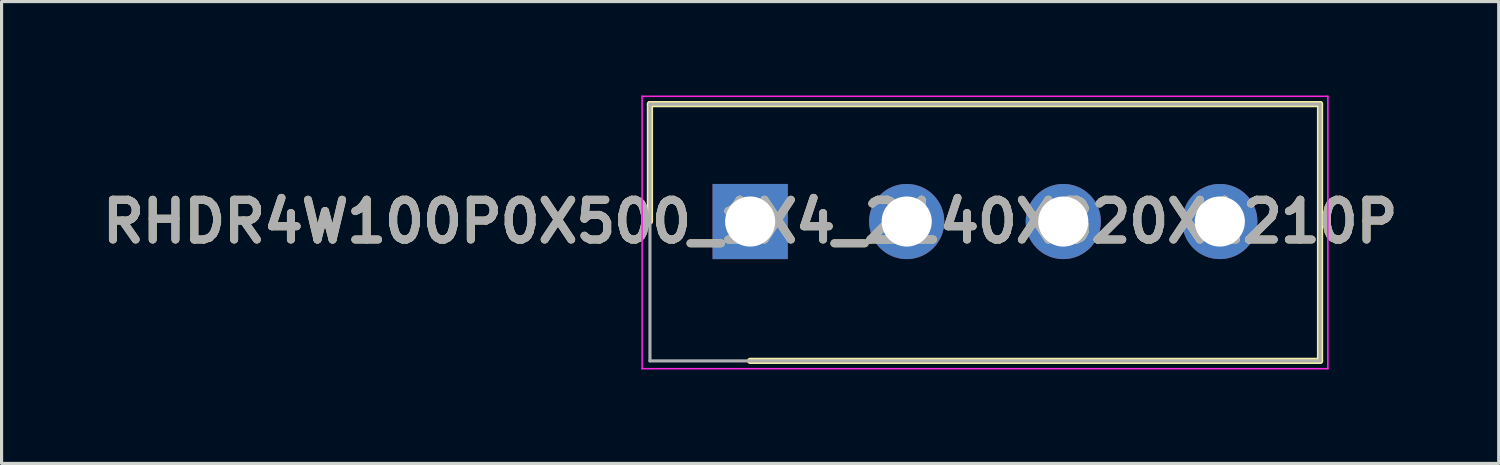
<source format=kicad_pcb>
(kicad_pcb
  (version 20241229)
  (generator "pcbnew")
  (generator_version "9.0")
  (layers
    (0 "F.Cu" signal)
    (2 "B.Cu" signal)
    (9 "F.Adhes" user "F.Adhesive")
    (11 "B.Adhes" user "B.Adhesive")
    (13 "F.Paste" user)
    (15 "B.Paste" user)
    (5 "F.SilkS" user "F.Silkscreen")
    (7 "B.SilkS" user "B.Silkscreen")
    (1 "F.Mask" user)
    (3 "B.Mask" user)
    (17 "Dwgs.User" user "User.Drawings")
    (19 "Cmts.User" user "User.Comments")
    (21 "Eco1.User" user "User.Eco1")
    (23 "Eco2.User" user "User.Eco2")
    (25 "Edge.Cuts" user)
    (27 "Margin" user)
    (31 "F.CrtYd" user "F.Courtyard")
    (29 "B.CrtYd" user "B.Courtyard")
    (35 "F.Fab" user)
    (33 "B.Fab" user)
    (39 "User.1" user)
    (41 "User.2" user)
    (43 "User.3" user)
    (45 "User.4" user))
  (footprint "RHDR4W100P0X500_1X4_2140X820X1210P"
    (layer "F.Cu")
    (at 20.907 4.025)
    (property "Reference" "RHDR4W100P0X500_1X4_2140X820X1210P" (at 0 0 0) (layer "F.SilkS") (effects (font (size 1.27 1.27) (thickness 0.254))))
    (attr through_hole)
    (fp_line (start -3.2 -3.75) (end -3.2 0) (stroke (width 0.2) (type solid)) (layer "F.SilkS"))
    (fp_line (start 0 4.45) (end 18.2 4.45) (stroke (width 0.2) (type solid)) (layer "F.SilkS"))
    (fp_line (start 18.2 -3.75) (end -3.2 -3.75) (stroke (width 0.2) (type solid)) (layer "F.SilkS"))
    (fp_line (start 18.2 4.45) (end 18.2 -3.75) (stroke (width 0.2) (type solid)) (layer "F.SilkS"))
    (fp_line (start -3.45 -4) (end 18.45 -4) (stroke (width 0.05) (type solid)) (layer "F.CrtYd"))
    (fp_line (start -3.45 4.7) (end -3.45 -4) (stroke (width 0.05) (type solid)) (layer "F.CrtYd"))
    (fp_line (start 18.45 -4) (end 18.45 4.7) (stroke (width 0.05) (type solid)) (layer "F.CrtYd"))
    (fp_line (start 18.45 4.7) (end -3.45 4.7) (stroke (width 0.05) (type solid)) (layer "F.CrtYd"))
    (fp_line (start -3.2 -3.75) (end 18.2 -3.75) (stroke (width 0.1) (type solid)) (layer "F.Fab"))
    (fp_line (start -3.2 4.45) (end -3.2 -3.75) (stroke (width 0.1) (type solid)) (layer "F.Fab"))
    (fp_line (start 18.2 -3.75) (end 18.2 4.45) (stroke (width 0.1) (type solid)) (layer "F.Fab"))
    (fp_line (start 18.2 4.45) (end -3.2 4.45) (stroke (width 0.1) (type solid)) (layer "F.Fab"))
    (fp_text user "${REFERENCE}" (at 0 0 0) (layer "F.Fab") (effects (font (size 1.27 1.27) (thickness 0.254))))
    (pad "1" thru_hole rect (at 0 0) (size 2.4 2.4) (drill 1.6) (layers "*.Cu" "*.Mask"))
    (pad "2" thru_hole circle (at 5 0) (size 2.4 2.4) (drill 1.6) (layers "*.Cu" "*.Mask"))
    (pad "3" thru_hole circle (at 10 0) (size 2.4 2.4) (drill 1.6) (layers "*.Cu" "*.Mask"))
    (pad "4" thru_hole circle (at 15 0) (size 2.4 2.4) (drill 1.6) (layers "*.Cu" "*.Mask")))
  (gr_rect
    (start -3 -3)
    (end 44.813 11.75)
    (stroke (width 0.1) (type default))
    (fill no)
    (layer "Edge.Cuts")))
</source>
